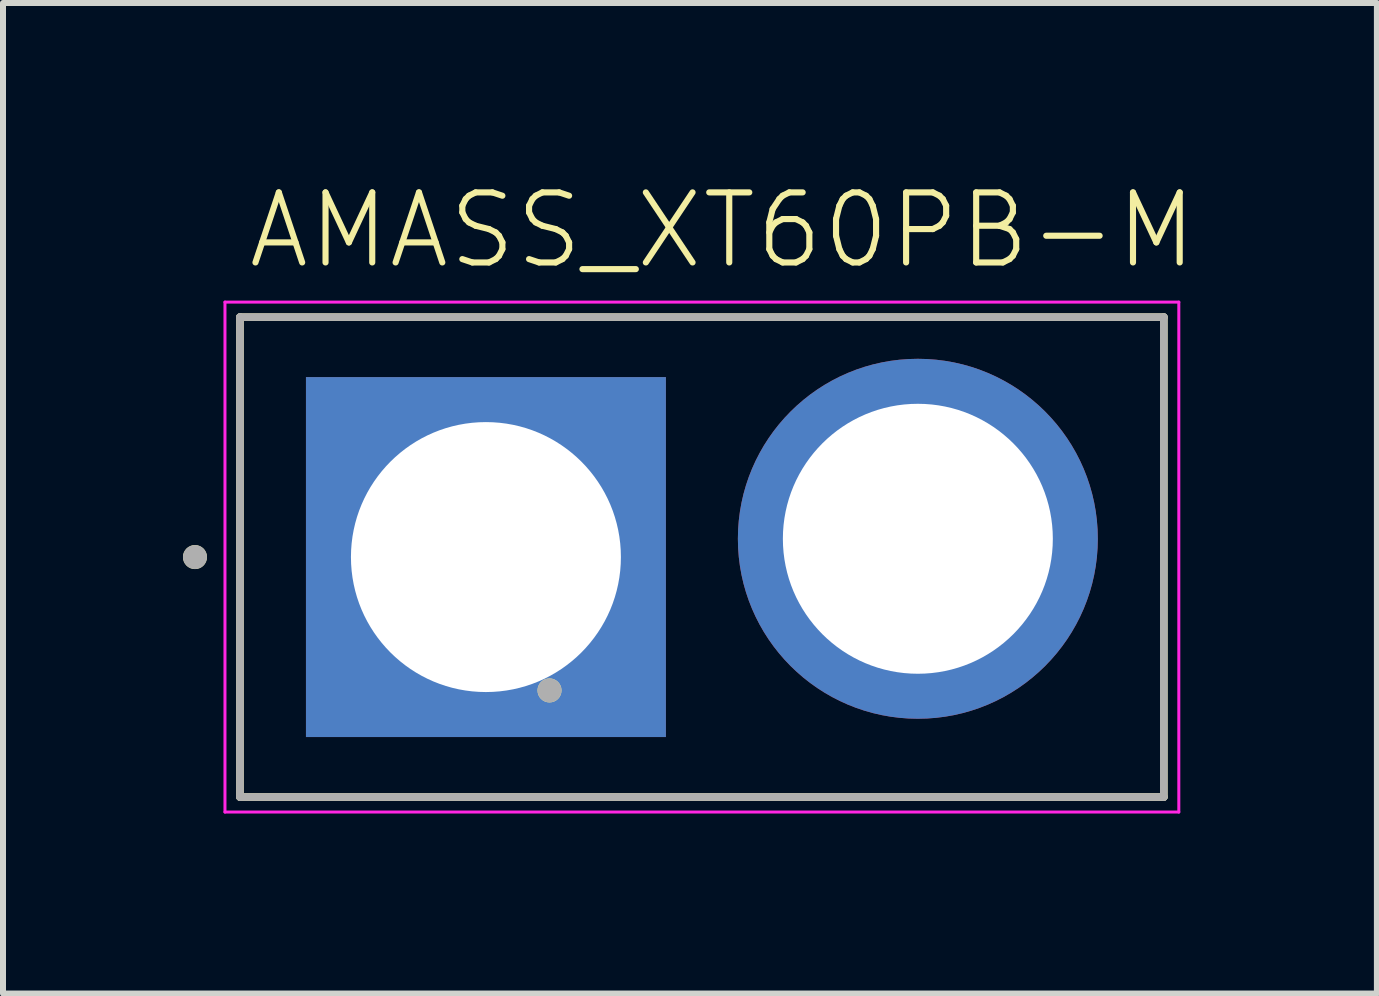
<source format=kicad_pcb>
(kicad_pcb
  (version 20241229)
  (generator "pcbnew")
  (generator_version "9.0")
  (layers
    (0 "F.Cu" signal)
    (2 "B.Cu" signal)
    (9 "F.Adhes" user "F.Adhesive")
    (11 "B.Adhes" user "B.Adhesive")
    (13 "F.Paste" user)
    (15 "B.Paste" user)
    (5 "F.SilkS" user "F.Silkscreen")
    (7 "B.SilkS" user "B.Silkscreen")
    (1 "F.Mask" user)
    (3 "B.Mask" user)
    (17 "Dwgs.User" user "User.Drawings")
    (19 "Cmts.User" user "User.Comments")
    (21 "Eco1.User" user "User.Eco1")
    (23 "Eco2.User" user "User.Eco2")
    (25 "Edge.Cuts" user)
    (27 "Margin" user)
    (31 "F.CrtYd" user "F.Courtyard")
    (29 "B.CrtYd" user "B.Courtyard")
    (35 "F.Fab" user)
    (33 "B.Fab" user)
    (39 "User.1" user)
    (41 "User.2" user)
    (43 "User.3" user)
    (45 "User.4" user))
  (footprint "AMASS_XT60PB-M"
    (layer "F.Cu")
    (at 8.65 6.236)
    (property "Reference" "AMASS_XT60PB-M" (at -7.62 -4.763 0) (layer "F.SilkS") (effects (font (size 1.168 1.168) (thickness 0.102)) (justify left bottom)))
    (fp_line (start -7.7 -4) (end 7.7 -4) (stroke (width 0.127) (type solid)) (layer "F.SilkS"))
    (fp_line (start -7.7 4) (end -7.7 -4) (stroke (width 0.127) (type solid)) (layer "F.SilkS"))
    (fp_line (start 7.7 -4) (end 7.7 4) (stroke (width 0.127) (type solid)) (layer "F.SilkS"))
    (fp_line (start 7.7 4) (end -7.7 4) (stroke (width 0.127) (type solid)) (layer "F.SilkS"))
    (fp_circle (center -8.45 0) (end -8.35 0) (stroke (width 0.2) (type solid)) (fill no) (layer "F.SilkS"))
    (fp_circle (center -2.54 2.223) (end -2.44 2.223) (stroke (width 0.2) (type solid)) (fill no) (layer "F.SilkS"))
    (fp_line (start -7.95 -4.25) (end 7.95 -4.25) (stroke (width 0.05) (type solid)) (layer "F.CrtYd"))
    (fp_line (start -7.95 4.25) (end -7.95 -4.25) (stroke (width 0.05) (type solid)) (layer "F.CrtYd"))
    (fp_line (start 7.95 -4.25) (end 7.95 4.25) (stroke (width 0.05) (type solid)) (layer "F.CrtYd"))
    (fp_line (start 7.95 4.25) (end -7.95 4.25) (stroke (width 0.05) (type solid)) (layer "F.CrtYd"))
    (fp_line (start -7.7 -4) (end 7.7 -4) (stroke (width 0.127) (type solid)) (layer "F.Fab"))
    (fp_line (start -7.7 4) (end -7.7 -4) (stroke (width 0.127) (type solid)) (layer "F.Fab"))
    (fp_line (start 7.7 -4) (end 7.7 4) (stroke (width 0.127) (type solid)) (layer "F.Fab"))
    (fp_line (start 7.7 4) (end -7.7 4) (stroke (width 0.127) (type solid)) (layer "F.Fab"))
    (fp_circle (center -8.45 0) (end -8.35 0) (stroke (width 0.2) (type solid)) (fill no) (layer "F.Fab"))
    (fp_circle (center -2.54 2.223) (end -2.44 2.223) (stroke (width 0.2) (type solid)) (fill no) (layer "F.Fab"))
    (pad "1" thru_hole rect (at -3.6 0) (size 6 6) (drill 4.5) (layers "*.Cu" "*.Mask"))
    (pad "2" thru_hole circle (at 3.6 -0.305) (size 6 6) (drill 4.5) (layers "*.Cu" "*.Mask")))
  (gr_rect
    (start -3 -3)
    (end 19.902 13.511)
    (stroke (width 0.1) (type default))
    (fill no)
    (layer "Edge.Cuts")))
</source>
